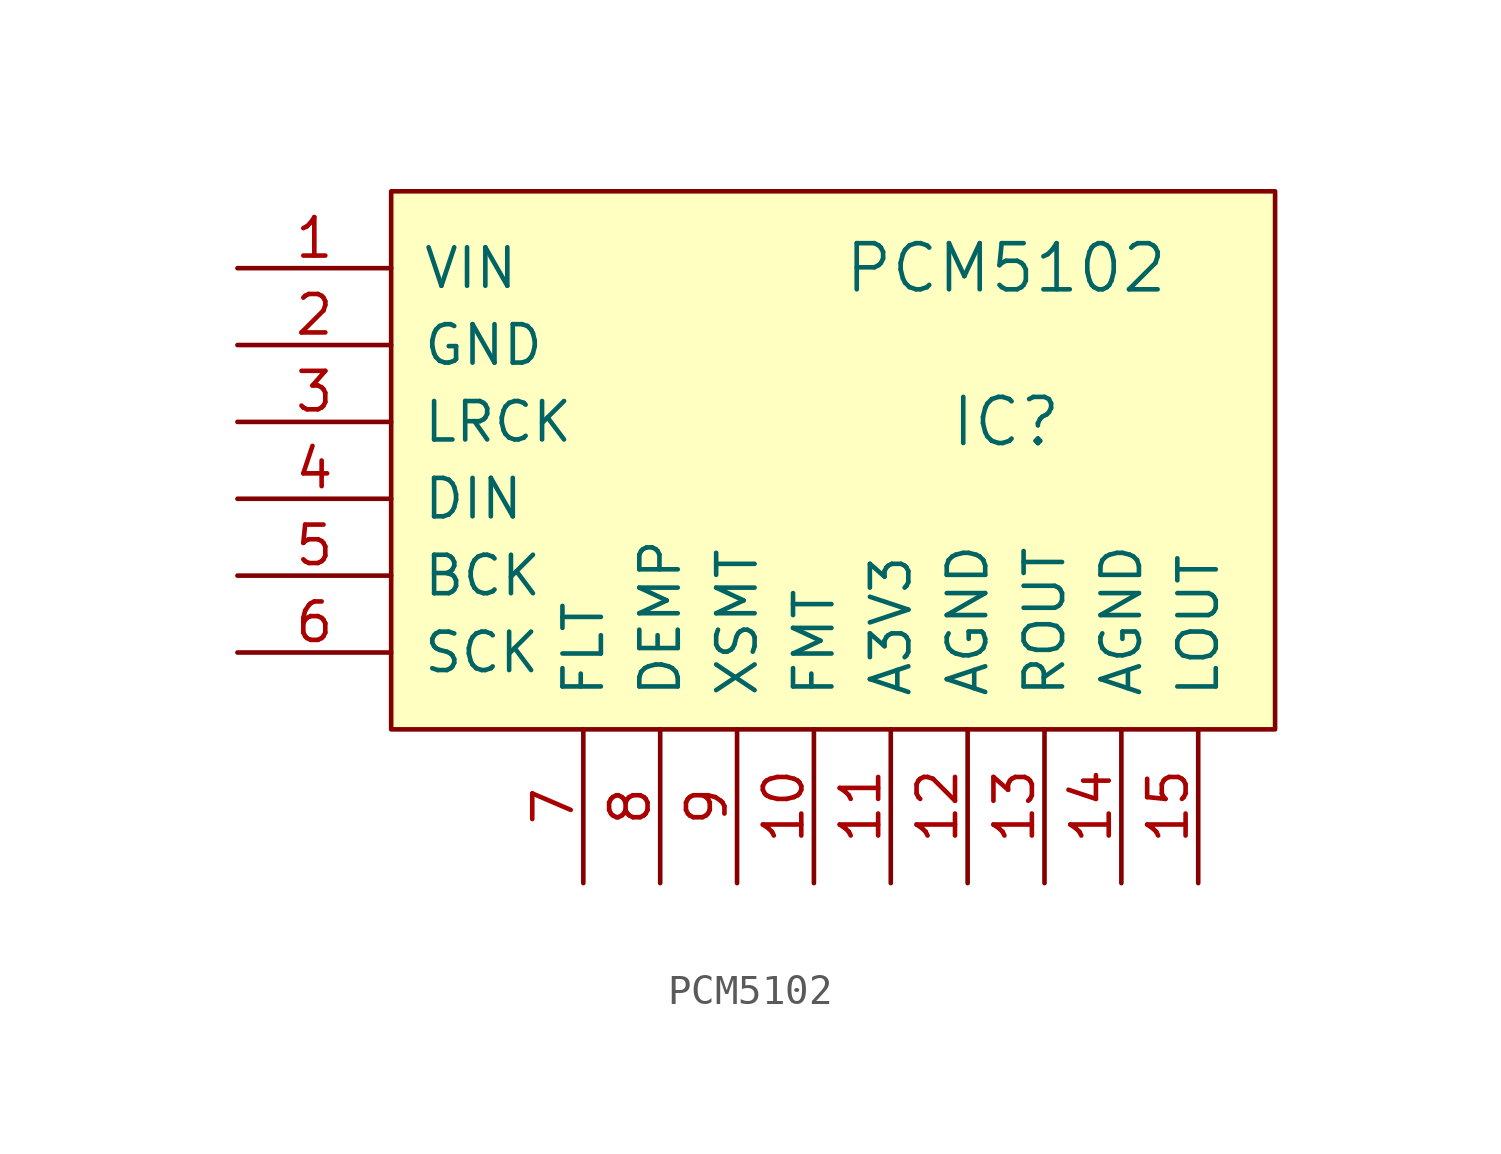
<source format=kicad_sym>
(kicad_symbol_lib
  (version 20231120)
  (generator "kicad_symbol_editor")
  (generator_version "8.0")
  (symbol "PCM5102"
    (pin_names
      (offset 1.016))
    (property "Reference" "IC"
      (at 26.67 26.67 0)
      (effects (font (size 1.524 1.524))))
    (property "Value" "PCM5102"
      (at 26.67 31.75 0)
      (effects (font (size 1.524 1.524))))
    (symbol "PCM5102_0_1"
      (rectangle (start 6.35 34.29) (end 35.56 16.51) (stroke (width 0) (type solid)) (fill (type background))))
    (symbol "PCM5102_1_1"
      (pin power_in line (at 1.27 31.75 0) (length 5.08) (name "VIN" (effects (font (size 1.27 1.27)))) (number "1" (effects (font (size 1.27 1.27)))))
      (pin unspecified line (at 20.32 11.43 90) (length 5.08) (name "FMT" (effects (font (size 1.27 1.27)))) (number "10" (effects (font (size 1.27 1.27)))))
      (pin power_out line (at 22.86 11.43 90) (length 5.08) (name "A3V3" (effects (font (size 1.27 1.27)))) (number "11" (effects (font (size 1.27 1.27)))))
      (pin power_out line (at 25.4 11.43 90) (length 5.08) (name "AGND" (effects (font (size 1.27 1.27)))) (number "12" (effects (font (size 1.27 1.27)))))
      (pin output line (at 27.94 11.43 90) (length 5.08) (name "ROUT" (effects (font (size 1.27 1.27)))) (number "13" (effects (font (size 1.27 1.27)))))
      (pin power_out line (at 30.48 11.43 90) (length 5.08) (name "AGND" (effects (font (size 1.27 1.27)))) (number "14" (effects (font (size 1.27 1.27)))))
      (pin output line (at 33.02 11.43 90) (length 5.08) (name "LOUT" (effects (font (size 1.27 1.27)))) (number "15" (effects (font (size 1.27 1.27)))))
      (pin power_in line (at 1.27 29.21 0) (length 5.08) (name "GND" (effects (font (size 1.27 1.27)))) (number "2" (effects (font (size 1.27 1.27)))))
      (pin input line (at 1.27 26.67 0) (length 5.08) (name "LRCK" (effects (font (size 1.27 1.27)))) (number "3" (effects (font (size 1.27 1.27)))))
      (pin input line (at 1.27 24.13 0) (length 5.08) (name "DIN" (effects (font (size 1.27 1.27)))) (number "4" (effects (font (size 1.27 1.27)))))
      (pin input line (at 1.27 21.59 0) (length 5.08) (name "BCK" (effects (font (size 1.27 1.27)))) (number "5" (effects (font (size 1.27 1.27)))))
      (pin input line (at 1.27 19.05 0) (length 5.08) (name "SCK" (effects (font (size 1.27 1.27)))) (number "6" (effects (font (size 1.27 1.27)))))
      (pin unspecified line (at 12.7 11.43 90) (length 5.08) (name "FLT" (effects (font (size 1.27 1.27)))) (number "7" (effects (font (size 1.27 1.27)))))
      (pin unspecified line (at 15.24 11.43 90) (length 5.08) (name "DEMP" (effects (font (size 1.27 1.27)))) (number "8" (effects (font (size 1.27 1.27)))))
      (pin unspecified line (at 17.78 11.43 90) (length 5.08) (name "XSMT" (effects (font (size 1.27 1.27)))) (number "9" (effects (font (size 1.27 1.27))))))))
</source>
